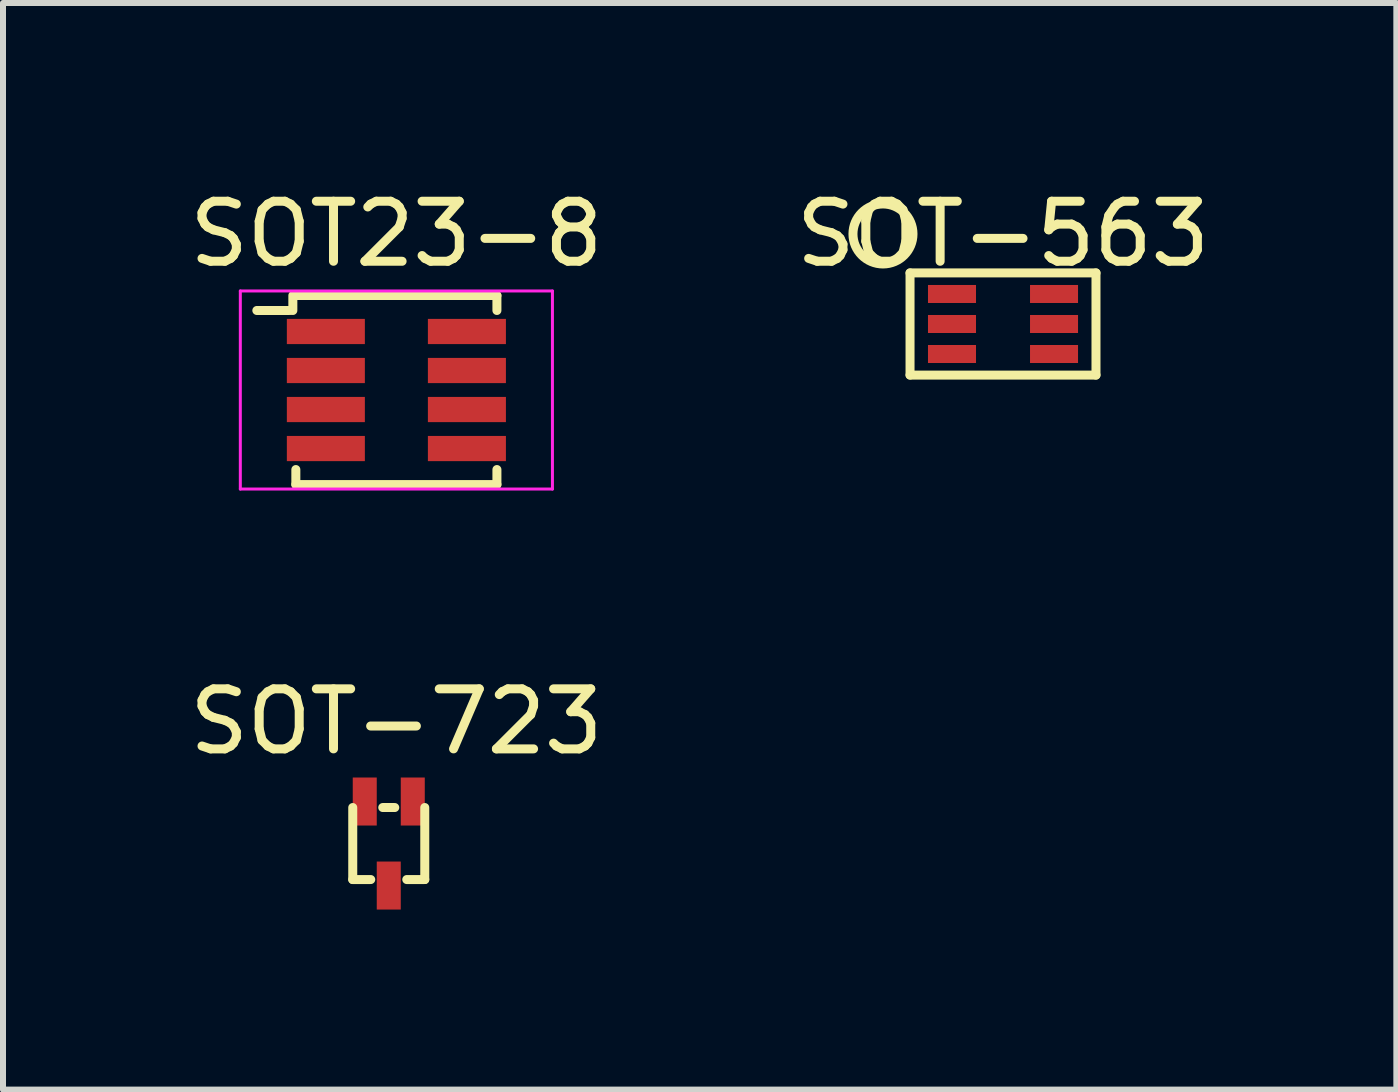
<source format=kicad_pcb>
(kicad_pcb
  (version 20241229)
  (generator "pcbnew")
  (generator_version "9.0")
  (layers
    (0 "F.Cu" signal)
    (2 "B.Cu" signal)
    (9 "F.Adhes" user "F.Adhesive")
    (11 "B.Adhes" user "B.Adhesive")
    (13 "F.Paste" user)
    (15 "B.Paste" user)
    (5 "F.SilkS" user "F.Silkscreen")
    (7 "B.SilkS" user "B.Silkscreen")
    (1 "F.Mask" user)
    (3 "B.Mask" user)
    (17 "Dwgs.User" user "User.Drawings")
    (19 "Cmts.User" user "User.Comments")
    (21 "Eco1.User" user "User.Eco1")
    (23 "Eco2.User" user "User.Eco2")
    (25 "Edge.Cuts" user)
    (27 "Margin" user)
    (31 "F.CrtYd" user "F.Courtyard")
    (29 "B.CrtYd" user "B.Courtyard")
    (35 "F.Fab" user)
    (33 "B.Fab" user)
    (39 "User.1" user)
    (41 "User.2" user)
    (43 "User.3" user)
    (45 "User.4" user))
  (footprint "SOT-723"
    (layer "F.Cu")
    (at 3.427 11.004)
    (property "Reference" "SOT-723" (at 0.127 -2.032 0) (layer "F.SilkS") (effects (font (size 1 1) (thickness 0.15))))
    (attr smd)
    (fp_line (start -0.6 0.6) (end -0.6 -0.6) (stroke (width 0.15) (type solid)) (layer "F.SilkS"))
    (fp_line (start -0.3 0.6) (end -0.6 0.6) (stroke (width 0.15) (type solid)) (layer "F.SilkS"))
    (fp_line (start -0.1 -0.6) (end 0.1 -0.6) (stroke (width 0.15) (type solid)) (layer "F.SilkS"))
    (fp_line (start 0.6 -0.6) (end 0.6 0.6) (stroke (width 0.15) (type solid)) (layer "F.SilkS"))
    (fp_line (start 0.6 0.6) (end 0.3 0.6) (stroke (width 0.15) (type solid)) (layer "F.SilkS"))
    (pad "1" smd rect (at 0.4 -0.7) (size 0.4 0.8) (layers "F.Cu" "F.Mask" "F.Paste"))
    (pad "2" smd rect (at -0.4 -0.7) (size 0.4 0.8) (layers "F.Cu" "F.Mask" "F.Paste"))
    (pad "3" smd rect (at 0 0.7) (size 0.4 0.8) (layers "F.Cu" "F.Mask" "F.Paste")))
  (footprint "SOT-563"
    (layer "F.Cu")
    (at 13.661 2.348)
    (property "Reference" "SOT-563" (at 0 -1.5 0) (layer "F.SilkS") (effects (font (size 1 1) (thickness 0.15))))
    (attr smd)
    (fp_line (start -1.549 -0.851) (end 1.549 -0.851) (stroke (width 0.15) (type solid)) (layer "F.SilkS"))
    (fp_line (start -1.549 0.851) (end -1.549 -0.851) (stroke (width 0.15) (type solid)) (layer "F.SilkS"))
    (fp_line (start 1.549 -0.851) (end 1.549 0.851) (stroke (width 0.15) (type solid)) (layer "F.SilkS"))
    (fp_line (start 1.549 0.851) (end -1.549 0.851) (stroke (width 0.15) (type solid)) (layer "F.SilkS"))
    (fp_circle (center -2 -1.5) (end -2 -1) (stroke (width 0.15) (type solid)) (fill no) (layer "F.SilkS"))
    (pad "1" smd rect (at -0.85 -0.5) (size 0.8 0.3) (layers "F.Cu" "F.Mask" "F.Paste"))
    (pad "2" smd rect (at -0.85 0) (size 0.8 0.3) (layers "F.Cu" "F.Mask" "F.Paste"))
    (pad "3" smd rect (at -0.85 0.5) (size 0.8 0.3) (layers "F.Cu" "F.Mask" "F.Paste"))
    (pad "4" smd rect (at 0.85 0.5) (size 0.8 0.3) (layers "F.Cu" "F.Mask" "F.Paste"))
    (pad "5" smd rect (at 0.85 0) (size 0.8 0.3) (layers "F.Cu" "F.Mask" "F.Paste"))
    (pad "6" smd rect (at 0.85 -0.5) (size 0.8 0.3) (layers "F.Cu" "F.Mask" "F.Paste")))
  (footprint "SOT23-8"
    (layer "F.Cu")
    (at 3.554 3.448)
    (property "Reference" "SOT23-8" (at 0 -2.6 0) (layer "F.SilkS") (effects (font (size 1 1) (thickness 0.15))))
    (attr smd)
    (fp_line (start -1.775 -1.325) (end -2.325 -1.325) (stroke (width 0.15) (type solid)) (layer "F.SilkS"))
    (fp_line (start -1.725 -1.575) (end -1.725 -1.325) (stroke (width 0.15) (type solid)) (layer "F.SilkS"))
    (fp_line (start -1.675 -1.575) (end 1.675 -1.575) (stroke (width 0.15) (type solid)) (layer "F.SilkS"))
    (fp_line (start -1.675 1.575) (end -1.675 1.325) (stroke (width 0.15) (type solid)) (layer "F.SilkS"))
    (fp_line (start -1.675 1.575) (end 1.675 1.575) (stroke (width 0.15) (type solid)) (layer "F.SilkS"))
    (fp_line (start 1.675 -1.575) (end 1.675 -1.325) (stroke (width 0.15) (type solid)) (layer "F.SilkS"))
    (fp_line (start 1.675 1.575) (end 1.675 1.325) (stroke (width 0.15) (type solid)) (layer "F.SilkS"))
    (fp_line (start -2.6 -1.65) (end -2.6 1.65) (stroke (width 0.05) (type solid)) (layer "F.CrtYd"))
    (fp_line (start -2.6 -1.65) (end 2.6 -1.65) (stroke (width 0.05) (type solid)) (layer "F.CrtYd"))
    (fp_line (start -2.6 1.65) (end 2.6 1.65) (stroke (width 0.05) (type solid)) (layer "F.CrtYd"))
    (fp_line (start 2.6 -1.65) (end 2.6 1.65) (stroke (width 0.05) (type solid)) (layer "F.CrtYd"))
    (pad "1" smd rect (at -1.175 -0.975) (size 1.3 0.42) (layers "F.Cu" "F.Mask" "F.Paste"))
    (pad "2" smd rect (at -1.175 -0.325) (size 1.3 0.42) (layers "F.Cu" "F.Mask" "F.Paste"))
    (pad "3" smd rect (at -1.175 0.325) (size 1.3 0.42) (layers "F.Cu" "F.Mask" "F.Paste"))
    (pad "4" smd rect (at -1.175 0.975) (size 1.3 0.42) (layers "F.Cu" "F.Mask" "F.Paste"))
    (pad "5" smd rect (at 1.175 0.975) (size 1.3 0.42) (layers "F.Cu" "F.Mask" "F.Paste"))
    (pad "6" smd rect (at 1.175 0.325) (size 1.3 0.42) (layers "F.Cu" "F.Mask" "F.Paste"))
    (pad "7" smd rect (at 1.175 -0.325) (size 1.3 0.42) (layers "F.Cu" "F.Mask" "F.Paste"))
    (pad "8" smd rect (at 1.175 -0.975) (size 1.3 0.42) (layers "F.Cu" "F.Mask" "F.Paste")))
  (gr_rect
    (start -3 -3)
    (end 20.214 15.104)
    (stroke (width 0.1) (type default))
    (fill no)
    (layer "Edge.Cuts")))
</source>
